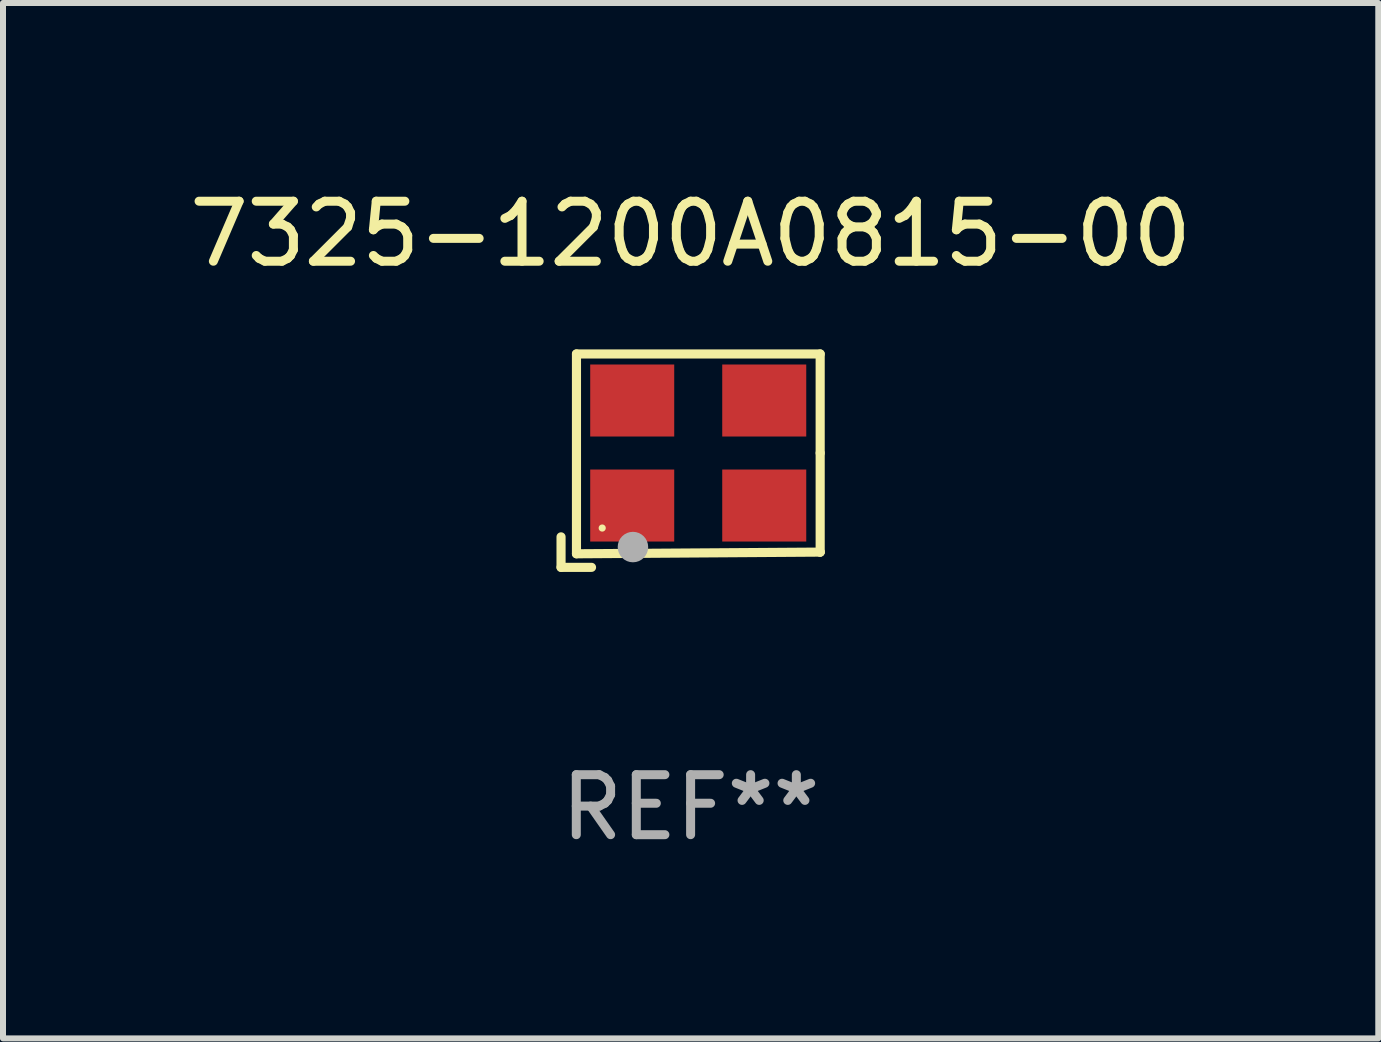
<source format=kicad_pcb>
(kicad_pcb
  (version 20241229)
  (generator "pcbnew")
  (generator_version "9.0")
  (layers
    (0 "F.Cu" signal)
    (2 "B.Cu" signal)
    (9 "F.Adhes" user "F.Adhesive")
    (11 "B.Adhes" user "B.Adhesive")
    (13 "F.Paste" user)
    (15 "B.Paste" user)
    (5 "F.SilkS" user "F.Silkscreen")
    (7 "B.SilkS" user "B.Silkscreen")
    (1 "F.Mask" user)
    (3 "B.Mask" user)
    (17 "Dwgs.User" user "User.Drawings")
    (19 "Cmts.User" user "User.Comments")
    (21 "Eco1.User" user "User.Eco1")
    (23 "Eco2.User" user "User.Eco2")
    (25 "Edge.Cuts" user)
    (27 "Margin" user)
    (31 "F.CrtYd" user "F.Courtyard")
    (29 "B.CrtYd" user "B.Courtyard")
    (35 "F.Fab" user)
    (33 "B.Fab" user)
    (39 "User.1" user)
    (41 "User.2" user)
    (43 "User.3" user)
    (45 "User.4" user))
  (footprint "7325-1200A0815-00"
    (layer "F.Cu")
    (at 8.458 4.626)
    (property "Reference" "7325-1200A0815-00" (at 0 -3.778 0) (layer "F.SilkS") (effects (font (size 1 1) (thickness 0.15))))
    (attr through_hole)
    (fp_line (start -2.159 1.27) (end -2.159 1.778) (stroke (width 0.152) (type solid)) (layer "F.SilkS"))
    (fp_line (start -2.159 1.778) (end -1.651 1.778) (stroke (width 0.152) (type solid)) (layer "F.SilkS"))
    (fp_line (start -1.902 -1.778) (end 2.159 -1.778) (stroke (width 0.152) (type solid)) (layer "F.SilkS"))
    (fp_line (start -1.902 1.552) (end -1.902 -1.778) (stroke (width 0.152) (type solid)) (layer "F.SilkS"))
    (fp_line (start 2.159 -1.778) (end 2.159 -0.127) (stroke (width 0.152) (type solid)) (layer "F.SilkS"))
    (fp_line (start 2.159 -0.127) (end 2.159 1.524) (stroke (width 0.152) (type solid)) (layer "F.SilkS"))
    (fp_line (start 2.159 1.524) (end -1.902 1.552) (stroke (width 0.152) (type solid)) (layer "F.SilkS"))
    (fp_line (start 2.159 1.524) (end 2.159 1.524) (stroke (width 0.152) (type solid)) (layer "F.SilkS"))
    (fp_circle (center -1.473 1.123) (end -1.443 1.123) (stroke (width 0.06) (type solid)) (fill no) (layer "F.SilkS"))
    (fp_circle (center -0.961 1.44) (end -0.834 1.44) (stroke (width 0.254) (type solid)) (fill no) (layer "F.Fab"))
    (fp_text user "REF**" (at 0 5.778 0) (layer "F.Fab") (effects (font (size 1 1) (thickness 0.15))))
    (pad "1" smd rect (at -0.973 0.748) (size 1.4 1.2) (layers "F.Cu" "F.Mask" "F.Paste"))
    (pad "2" smd rect (at 1.227 0.748) (size 1.4 1.2) (layers "F.Cu" "F.Mask" "F.Paste"))
    (pad "3" smd rect (at 1.227 -1.002) (size 1.4 1.2) (layers "F.Cu" "F.Mask" "F.Paste"))
    (pad "4" smd rect (at -0.973 -1.002) (size 1.4 1.2) (layers "F.Cu" "F.Mask" "F.Paste")))
  (gr_rect
    (start -3 -3)
    (end 19.917 14.253)
    (stroke (width 0.1) (type default))
    (fill no)
    (layer "Edge.Cuts")))
</source>
